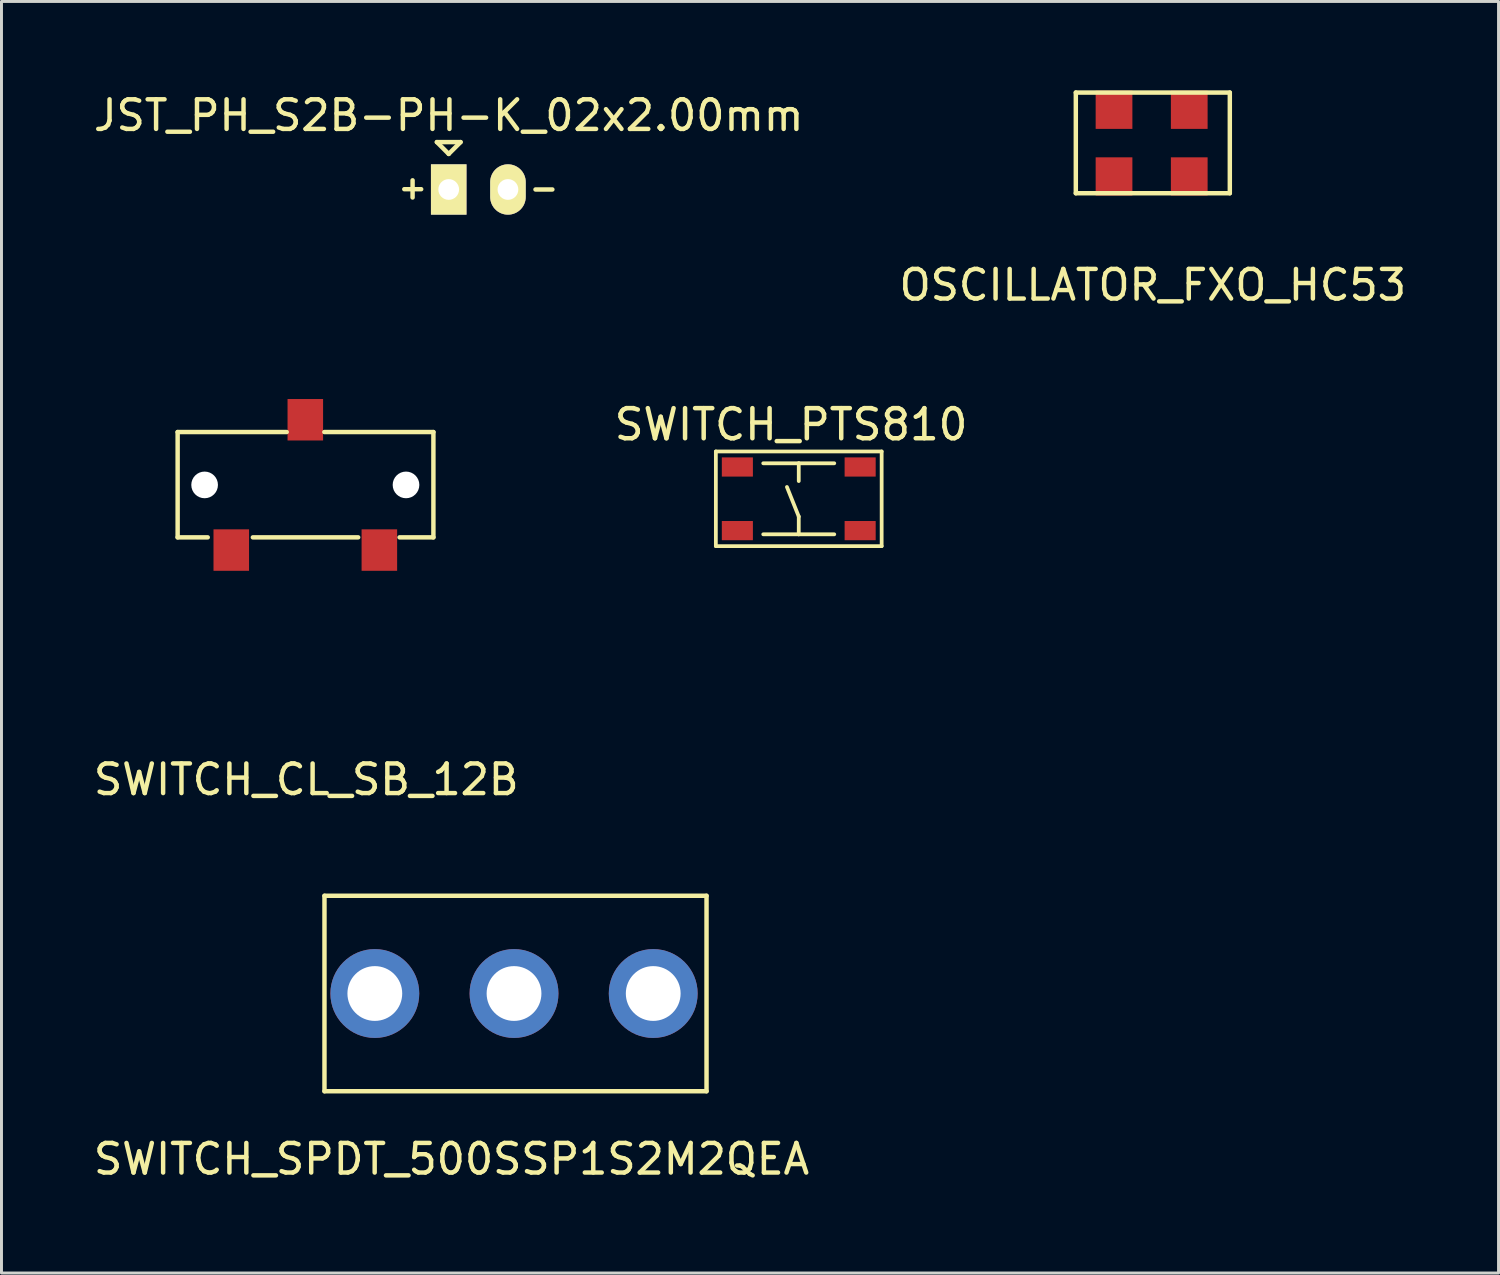
<source format=kicad_pcb>
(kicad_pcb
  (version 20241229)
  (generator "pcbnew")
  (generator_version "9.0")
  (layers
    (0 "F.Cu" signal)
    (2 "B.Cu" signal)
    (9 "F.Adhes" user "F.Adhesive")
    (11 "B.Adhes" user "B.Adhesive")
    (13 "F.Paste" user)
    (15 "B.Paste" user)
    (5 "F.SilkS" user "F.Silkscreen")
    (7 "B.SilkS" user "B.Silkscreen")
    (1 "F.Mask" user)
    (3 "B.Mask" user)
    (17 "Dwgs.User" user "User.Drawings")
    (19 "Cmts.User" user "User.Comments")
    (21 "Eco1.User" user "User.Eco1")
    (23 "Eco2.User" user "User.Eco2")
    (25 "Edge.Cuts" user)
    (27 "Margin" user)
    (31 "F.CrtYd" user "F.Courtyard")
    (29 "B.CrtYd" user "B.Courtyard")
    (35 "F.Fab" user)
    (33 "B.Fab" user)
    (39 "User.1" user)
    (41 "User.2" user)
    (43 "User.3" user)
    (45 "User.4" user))
  (footprint "SWITCH_SPDT_500SSP1S2M2QEA"
    (layer "F.Cu")
    (at 14.306 30.496)
    (property "Reference" "SWITCH_SPDT_500SSP1S2M2QEA" (at -2.11 5.59 0) (layer "F.SilkS") (effects (font (size 1 1) (thickness 0.15))))
    (attr through_hole)
    (fp_line (start -6.4 -3.3) (end 6.5 -3.3) (stroke (width 0.15) (type solid)) (layer "F.SilkS"))
    (fp_line (start -6.4 3.3) (end -6.4 -3.3) (stroke (width 0.15) (type solid)) (layer "F.SilkS"))
    (fp_line (start 6.5 -3.3) (end 6.5 3.3) (stroke (width 0.15) (type solid)) (layer "F.SilkS"))
    (fp_line (start 6.5 3.3) (end -6.4 3.3) (stroke (width 0.15) (type solid)) (layer "F.SilkS"))
    (pad "1" thru_hole circle (at -4.7 0) (size 3 3) (drill 1.85) (layers "*.Cu" "*.Mask"))
    (pad "2" thru_hole circle (at 0 0) (size 3 3) (drill 1.85) (layers "*.Cu" "*.Mask"))
    (pad "3" thru_hole circle (at 4.7 0) (size 3 3) (drill 1.85) (layers "*.Cu" "*.Mask")))
  (footprint "OSCILLATOR_FXO_HC53"
    (layer "F.Cu")
    (at 35.875 1.775)
    (property "Reference" "OSCILLATOR_FXO_HC53" (at 0 4.8 0) (layer "F.SilkS") (effects (font (size 1 1) (thickness 0.15))))
    (attr through_hole)
    (fp_line (start -2.6 -1.7) (end 2.6 -1.7) (stroke (width 0.15) (type solid)) (layer "F.SilkS"))
    (fp_line (start -2.6 1.7) (end -2.6 -1.7) (stroke (width 0.15) (type solid)) (layer "F.SilkS"))
    (fp_line (start 2.6 -1.7) (end 2.6 1.7) (stroke (width 0.15) (type solid)) (layer "F.SilkS"))
    (fp_line (start 2.6 1.7) (end -2.6 1.7) (stroke (width 0.15) (type solid)) (layer "F.SilkS"))
    (pad "1" smd rect (at -1.31 1.132) (size 1.24 1.29) (layers "F.Cu" "F.Mask" "F.Paste"))
    (pad "2" smd rect (at 1.23 1.132) (size 1.24 1.29) (layers "F.Cu" "F.Mask" "F.Paste"))
    (pad "3" smd rect (at 1.23 -1.118) (size 1.24 1.29) (layers "F.Cu" "F.Mask" "F.Paste"))
    (pad "4" smd rect (at -1.31 -1.118) (size 1.24 1.29) (layers "F.Cu" "F.Mask" "F.Paste")))
  (footprint "SWITCH_CL_SB_12B"
    (layer "F.Cu")
    (at 7.266 13.316)
    (property "Reference" "SWITCH_CL_SB_12B" (at 0.025 9.957 0) (layer "F.SilkS") (effects (font (size 1 1) (thickness 0.15))))
    (attr through_hole)
    (fp_line (start -4.318 -1.778) (end -4.318 1.778) (stroke (width 0.15) (type solid)) (layer "F.SilkS"))
    (fp_line (start -4.318 1.778) (end -3.302 1.778) (stroke (width 0.15) (type solid)) (layer "F.SilkS"))
    (fp_line (start -1.778 1.778) (end 1.778 1.778) (stroke (width 0.15) (type solid)) (layer "F.SilkS"))
    (fp_line (start -0.635 -1.778) (end -4.318 -1.778) (stroke (width 0.15) (type solid)) (layer "F.SilkS"))
    (fp_line (start 3.175 1.778) (end 4.318 1.778) (stroke (width 0.15) (type solid)) (layer "F.SilkS"))
    (fp_line (start 4.318 -1.778) (end 0.635 -1.778) (stroke (width 0.15) (type solid)) (layer "F.SilkS"))
    (fp_line (start 4.318 1.778) (end 4.318 -1.778) (stroke (width 0.15) (type solid)) (layer "F.SilkS"))
    (pad "" np_thru_hole circle (at -3.407 0.007) (size 0.9 0.9) (drill 0.9) (layers "*.Cu" "*.Mask"))
    (pad "" np_thru_hole circle (at 3.393 0.007) (size 0.9 0.9) (drill 0.9) (layers "*.Cu" "*.Mask"))
    (pad "1" smd rect (at -2.507 2.207) (size 1.2 1.4) (layers "F.Cu" "F.Mask" "F.Paste"))
    (pad "2" smd rect (at -0.007 -2.193) (size 1.2 1.4) (layers "F.Cu" "F.Mask" "F.Paste"))
    (pad "3" smd rect (at 2.493 2.207) (size 1.2 1.4) (layers "F.Cu" "F.Mask" "F.Paste")))
  (footprint "JST_PH_S2B-PH-K_02x2.00mm"
    (layer "F.Cu")
    (at 12.101 3.348)
    (property "Reference" "JST_PH_S2B-PH-K_02x2.00mm" (at 0 -2.5 0) (layer "F.SilkS") (effects (font (size 1 1) (thickness 0.15))))
    (attr through_hole)
    (fp_line (start -1.22 -0.31) (end -1.22 0.27) (stroke (width 0.15) (type solid)) (layer "F.SilkS"))
    (fp_line (start -0.93 -0.01) (end -1.5 -0.01) (stroke (width 0.15) (type solid)) (layer "F.SilkS"))
    (fp_line (start -0.4 -1.6) (end 0.4 -1.6) (stroke (width 0.15) (type solid)) (layer "F.SilkS"))
    (fp_line (start 0 -1.2) (end -0.4 -1.6) (stroke (width 0.15) (type solid)) (layer "F.SilkS"))
    (fp_line (start 0.4 -1.6) (end 0 -1.2) (stroke (width 0.15) (type solid)) (layer "F.SilkS"))
    (fp_line (start 3.5 0) (end 2.93 0) (stroke (width 0.15) (type solid)) (layer "F.SilkS"))
    (pad "1" thru_hole rect (at 0 0) (size 1.2 1.7) (drill 0.7) (layers "*.Cu" "*.Mask" "F.SilkS"))
    (pad "2" thru_hole oval (at 2 0) (size 1.2 1.7) (drill 0.7) (layers "*.Cu" "*.Mask" "F.SilkS")))
  (footprint "SWITCH_PTS810"
    (layer "F.Cu")
    (at 23.92 13.792)
    (property "Reference" "SWITCH_PTS810" (at -0.259 -2.507 0) (layer "F.SilkS") (effects (font (size 1.016 1.016) (thickness 0.152))))
    (attr smd)
    (fp_line (start -2.799 -1.598) (end 2.799 -1.598) (stroke (width 0.127) (type solid)) (layer "F.SilkS"))
    (fp_line (start -2.799 1.598) (end -2.799 -1.598) (stroke (width 0.127) (type solid)) (layer "F.SilkS"))
    (fp_line (start -1.199 -1.199) (end 0 -1.199) (stroke (width 0.127) (type solid)) (layer "F.SilkS"))
    (fp_line (start -1.199 1.199) (end 0 1.199) (stroke (width 0.127) (type solid)) (layer "F.SilkS"))
    (fp_line (start 0 -1.199) (end 0 -0.599) (stroke (width 0.127) (type solid)) (layer "F.SilkS"))
    (fp_line (start 0 -1.199) (end 1.199 -1.199) (stroke (width 0.127) (type solid)) (layer "F.SilkS"))
    (fp_line (start 0 0.599) (end -0.399 -0.399) (stroke (width 0.127) (type solid)) (layer "F.SilkS"))
    (fp_line (start 0 1.199) (end 0 0.599) (stroke (width 0.127) (type solid)) (layer "F.SilkS"))
    (fp_line (start 0 1.199) (end 1.199 1.199) (stroke (width 0.127) (type solid)) (layer "F.SilkS"))
    (fp_line (start 2.799 -1.598) (end 2.799 1.598) (stroke (width 0.127) (type solid)) (layer "F.SilkS"))
    (fp_line (start 2.799 1.598) (end -2.799 1.598) (stroke (width 0.127) (type solid)) (layer "F.SilkS"))
    (pad "1" smd rect (at -2.073 -1.074 90) (size 0.648 1.049) (layers "F.Cu" "F.Mask" "F.Paste"))
    (pad "2" smd rect (at 2.073 -1.074 90) (size 0.648 1.049) (layers "F.Cu" "F.Mask" "F.Paste"))
    (pad "3" smd rect (at -2.073 1.074 90) (size 0.648 1.049) (layers "F.Cu" "F.Mask" "F.Paste"))
    (pad "4" smd rect (at 2.073 1.074 90) (size 0.648 1.049) (layers "F.Cu" "F.Mask" "F.Paste")))
  (gr_rect
    (start -3 -3)
    (end 47.548 39.934)
    (stroke (width 0.1) (type default))
    (fill no)
    (layer "Edge.Cuts")))
</source>
